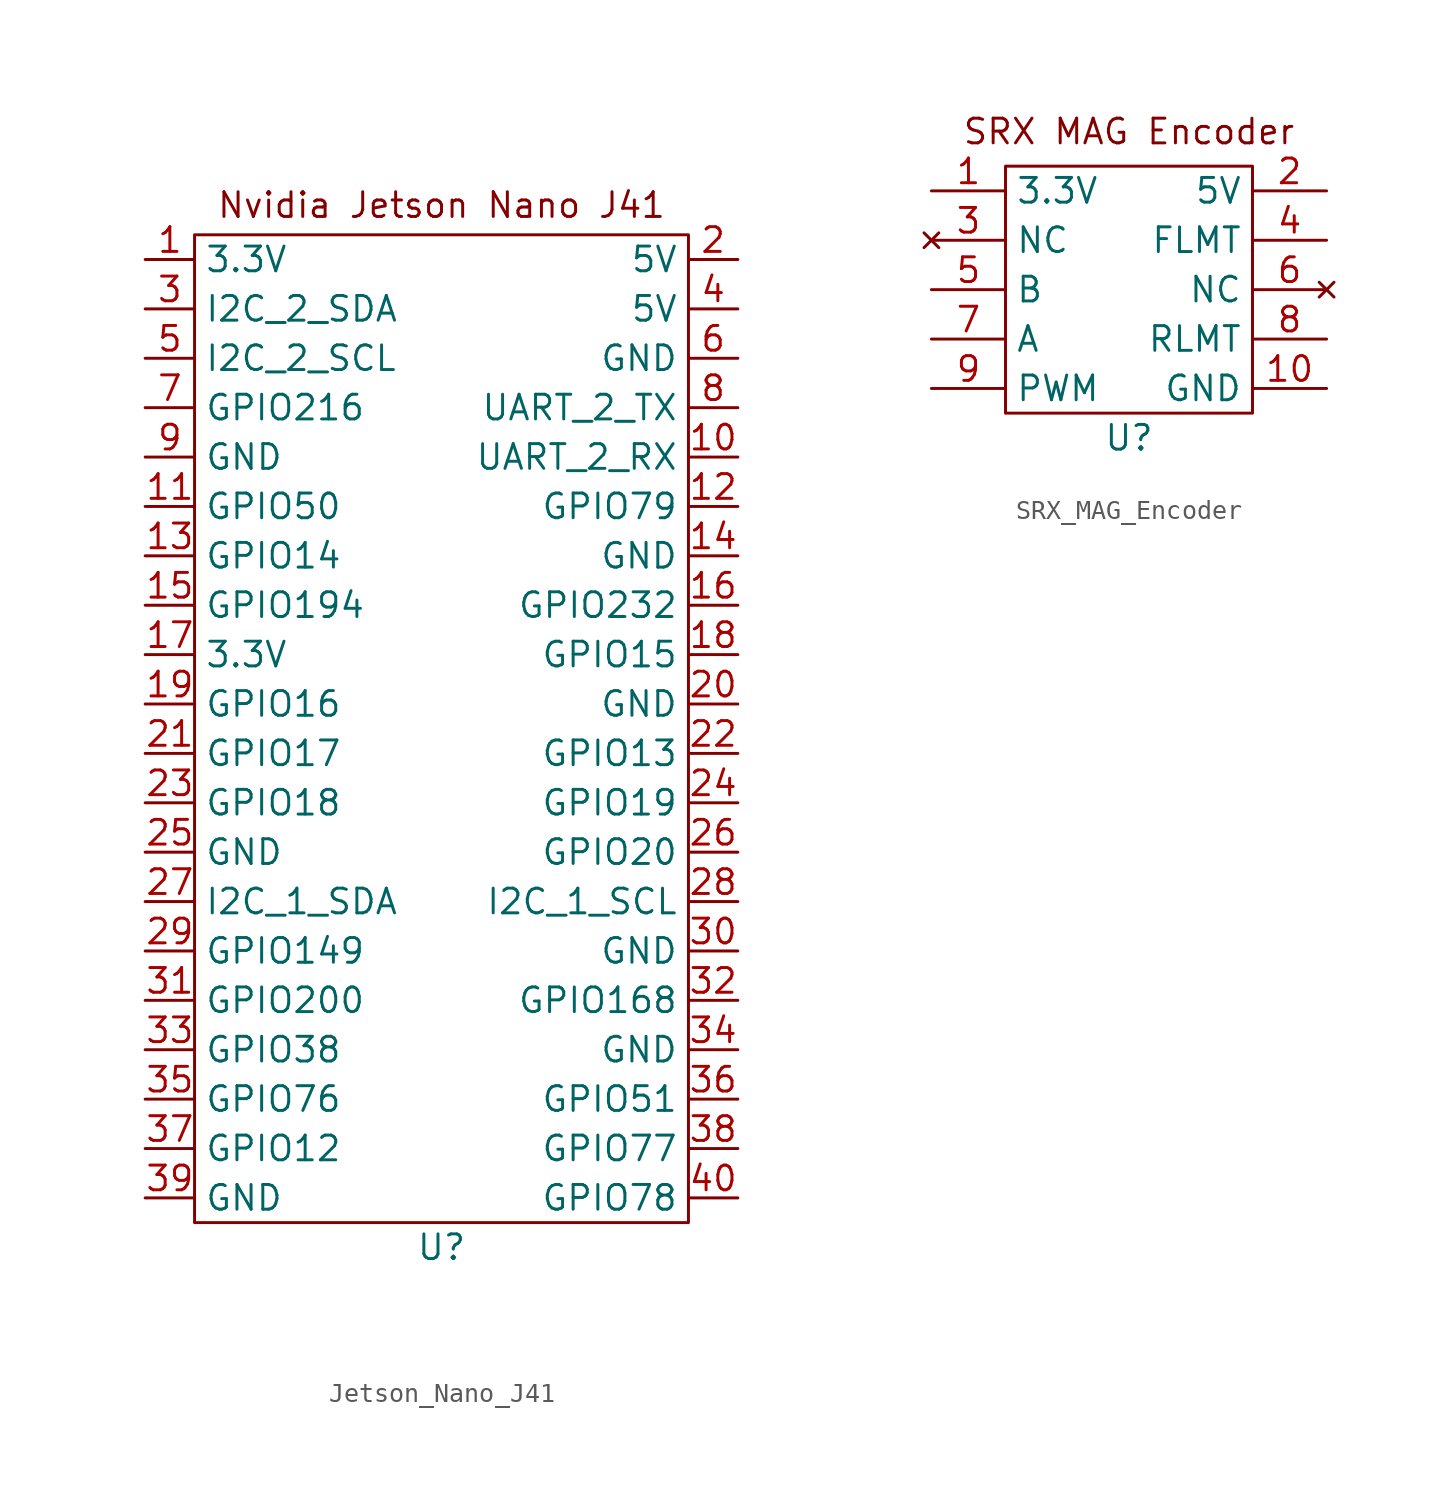
<source format=kicad_sym>
(kicad_symbol_lib
  (version 20241209)
  (generator "kicad_symbol_editor")
  (generator_version "9.0")
  (symbol "Jetson_Nano_J41"
    (property "Reference" "U"
      (at 0 0 0)
      (effects (font (size 1.27 1.27))))
    (property "Value" ""
      (at 0 0 0)
      (effects (font (size 1.27 1.27))))
    (symbol "Jetson_Nano_J41_0_1"
      (rectangle (start -12.7 52.07) (end 12.7 1.27) (stroke (width 0) (type default)) (fill (type none))))
    (symbol "Jetson_Nano_J41_1_1"
      (text "Nvidia Jetson Nano J41\n" (at 0 53.594 0) (effects (font (size 1.27 1.27))))
      (pin input line (at -15.24 50.8 0) (length 2.54) (name "3.3V" (effects (font (size 1.27 1.27)))) (number "1" (effects (font (size 1.27 1.27)))))
      (pin input line (at -15.24 48.26 0) (length 2.54) (name "I2C_2_SDA" (effects (font (size 1.27 1.27)))) (number "3" (effects (font (size 1.27 1.27)))))
      (pin input line (at -15.24 45.72 0) (length 2.54) (name "I2C_2_SCL" (effects (font (size 1.27 1.27)))) (number "5" (effects (font (size 1.27 1.27)))))
      (pin input line (at -15.24 43.18 0) (length 2.54) (name "GPIO216" (effects (font (size 1.27 1.27)))) (number "7" (effects (font (size 1.27 1.27)))))
      (pin input line (at -15.24 40.64 0) (length 2.54) (name "GND" (effects (font (size 1.27 1.27)))) (number "9" (effects (font (size 1.27 1.27)))))
      (pin input line (at -15.24 38.1 0) (length 2.54) (name "GPIO50" (effects (font (size 1.27 1.27)))) (number "11" (effects (font (size 1.27 1.27)))))
      (pin input line (at -15.24 35.56 0) (length 2.54) (name "GPIO14" (effects (font (size 1.27 1.27)))) (number "13" (effects (font (size 1.27 1.27)))))
      (pin input line (at -15.24 33.02 0) (length 2.54) (name "GPIO194" (effects (font (size 1.27 1.27)))) (number "15" (effects (font (size 1.27 1.27)))))
      (pin input line (at -15.24 30.48 0) (length 2.54) (name "3.3V" (effects (font (size 1.27 1.27)))) (number "17" (effects (font (size 1.27 1.27)))))
      (pin input line (at -15.24 27.94 0) (length 2.54) (name "GPIO16" (effects (font (size 1.27 1.27)))) (number "19" (effects (font (size 1.27 1.27)))))
      (pin input line (at -15.24 25.4 0) (length 2.54) (name "GPIO17" (effects (font (size 1.27 1.27)))) (number "21" (effects (font (size 1.27 1.27)))))
      (pin input line (at -15.24 22.86 0) (length 2.54) (name "GPIO18" (effects (font (size 1.27 1.27)))) (number "23" (effects (font (size 1.27 1.27)))))
      (pin input line (at -15.24 20.32 0) (length 2.54) (name "GND" (effects (font (size 1.27 1.27)))) (number "25" (effects (font (size 1.27 1.27)))))
      (pin input line (at -15.24 17.78 0) (length 2.54) (name "I2C_1_SDA" (effects (font (size 1.27 1.27)))) (number "27" (effects (font (size 1.27 1.27)))))
      (pin input line (at -15.24 15.24 0) (length 2.54) (name "GPIO149" (effects (font (size 1.27 1.27)))) (number "29" (effects (font (size 1.27 1.27)))))
      (pin input line (at -15.24 12.7 0) (length 2.54) (name "GPIO200" (effects (font (size 1.27 1.27)))) (number "31" (effects (font (size 1.27 1.27)))))
      (pin input line (at -15.24 10.16 0) (length 2.54) (name "GPIO38" (effects (font (size 1.27 1.27)))) (number "33" (effects (font (size 1.27 1.27)))))
      (pin input line (at -15.24 7.62 0) (length 2.54) (name "GPIO76" (effects (font (size 1.27 1.27)))) (number "35" (effects (font (size 1.27 1.27)))))
      (pin input line (at -15.24 5.08 0) (length 2.54) (name "GPIO12" (effects (font (size 1.27 1.27)))) (number "37" (effects (font (size 1.27 1.27)))))
      (pin input line (at -15.24 2.54 0) (length 2.54) (name "GND" (effects (font (size 1.27 1.27)))) (number "39" (effects (font (size 1.27 1.27)))))
      (pin input line (at 15.24 50.8 180) (length 2.54) (name "5V" (effects (font (size 1.27 1.27)))) (number "2" (effects (font (size 1.27 1.27)))))
      (pin input line (at 15.24 48.26 180) (length 2.54) (name "5V" (effects (font (size 1.27 1.27)))) (number "4" (effects (font (size 1.27 1.27)))))
      (pin input line (at 15.24 45.72 180) (length 2.54) (name "GND" (effects (font (size 1.27 1.27)))) (number "6" (effects (font (size 1.27 1.27)))))
      (pin input line (at 15.24 43.18 180) (length 2.54) (name "UART_2_TX" (effects (font (size 1.27 1.27)))) (number "8" (effects (font (size 1.27 1.27)))))
      (pin input line (at 15.24 40.64 180) (length 2.54) (name "UART_2_RX" (effects (font (size 1.27 1.27)))) (number "10" (effects (font (size 1.27 1.27)))))
      (pin input line (at 15.24 38.1 180) (length 2.54) (name "GPIO79" (effects (font (size 1.27 1.27)))) (number "12" (effects (font (size 1.27 1.27)))))
      (pin input line (at 15.24 35.56 180) (length 2.54) (name "GND" (effects (font (size 1.27 1.27)))) (number "14" (effects (font (size 1.27 1.27)))))
      (pin input line (at 15.24 33.02 180) (length 2.54) (name "GPIO232" (effects (font (size 1.27 1.27)))) (number "16" (effects (font (size 1.27 1.27)))))
      (pin input line (at 15.24 30.48 180) (length 2.54) (name "GPIO15" (effects (font (size 1.27 1.27)))) (number "18" (effects (font (size 1.27 1.27)))))
      (pin input line (at 15.24 27.94 180) (length 2.54) (name "GND" (effects (font (size 1.27 1.27)))) (number "20" (effects (font (size 1.27 1.27)))))
      (pin input line (at 15.24 25.4 180) (length 2.54) (name "GPIO13" (effects (font (size 1.27 1.27)))) (number "22" (effects (font (size 1.27 1.27)))))
      (pin input line (at 15.24 22.86 180) (length 2.54) (name "GPIO19" (effects (font (size 1.27 1.27)))) (number "24" (effects (font (size 1.27 1.27)))))
      (pin input line (at 15.24 20.32 180) (length 2.54) (name "GPIO20" (effects (font (size 1.27 1.27)))) (number "26" (effects (font (size 1.27 1.27)))))
      (pin input line (at 15.24 17.78 180) (length 2.54) (name "I2C_1_SCL" (effects (font (size 1.27 1.27)))) (number "28" (effects (font (size 1.27 1.27)))))
      (pin input line (at 15.24 15.24 180) (length 2.54) (name "GND" (effects (font (size 1.27 1.27)))) (number "30" (effects (font (size 1.27 1.27)))))
      (pin input line (at 15.24 12.7 180) (length 2.54) (name "GPIO168" (effects (font (size 1.27 1.27)))) (number "32" (effects (font (size 1.27 1.27)))))
      (pin input line (at 15.24 10.16 180) (length 2.54) (name "GND" (effects (font (size 1.27 1.27)))) (number "34" (effects (font (size 1.27 1.27)))))
      (pin input line (at 15.24 7.62 180) (length 2.54) (name "GPIO51" (effects (font (size 1.27 1.27)))) (number "36" (effects (font (size 1.27 1.27)))))
      (pin input line (at 15.24 5.08 180) (length 2.54) (name "GPIO77" (effects (font (size 1.27 1.27)))) (number "38" (effects (font (size 1.27 1.27)))))
      (pin input line (at 15.24 2.54 180) (length 2.54) (name "GPIO78" (effects (font (size 1.27 1.27)))) (number "40" (effects (font (size 1.27 1.27)))))))
  (symbol "SRX_MAG_Encoder"
    (property "Reference" "U"
      (at 0 0 0)
      (effects (font (size 1.27 1.27))))
    (property "Value" ""
      (at 0 0 0)
      (effects (font (size 1.27 1.27))))
    (symbol "SRX_MAG_Encoder_0_1"
      (rectangle (start -6.35 13.97) (end 6.35 1.27) (stroke (width 0) (type default)) (fill (type none))))
    (symbol "SRX_MAG_Encoder_1_1"
      (text "SRX MAG Encoder\n" (at 0 15.748 0) (effects (font (size 1.27 1.27))))
      (pin power_in line (at -10.16 12.7 0) (length 3.81) (name "3.3V" (effects (font (size 1.27 1.27)))) (number "1" (effects (font (size 1.27 1.27)))))
      (pin no_connect line (at -10.16 10.16 0) (length 3.81) (name "NC" (effects (font (size 1.27 1.27)))) (number "3" (effects (font (size 1.27 1.27)))))
      (pin output line (at -10.16 7.62 0) (length 3.81) (name "B" (effects (font (size 1.27 1.27)))) (number "5" (effects (font (size 1.27 1.27)))))
      (pin output line (at -10.16 5.08 0) (length 3.81) (name "A" (effects (font (size 1.27 1.27)))) (number "7" (effects (font (size 1.27 1.27)))))
      (pin output line (at -10.16 2.54 0) (length 3.81) (name "PWM" (effects (font (size 1.27 1.27)))) (number "9" (effects (font (size 1.27 1.27)))))
      (pin power_in line (at 10.16 12.7 180) (length 3.81) (name "5V" (effects (font (size 1.27 1.27)))) (number "2" (effects (font (size 1.27 1.27)))))
      (pin bidirectional line (at 10.16 10.16 180) (length 3.81) (name "FLMT" (effects (font (size 1.27 1.27)))) (number "4" (effects (font (size 1.27 1.27)))))
      (pin no_connect line (at 10.16 7.62 180) (length 3.81) (name "NC" (effects (font (size 1.27 1.27)))) (number "6" (effects (font (size 1.27 1.27)))))
      (pin bidirectional line (at 10.16 5.08 180) (length 3.81) (name "RLMT" (effects (font (size 1.27 1.27)))) (number "8" (effects (font (size 1.27 1.27)))))
      (pin power_in line (at 10.16 2.54 180) (length 3.81) (name "GND" (effects (font (size 1.27 1.27)))) (number "10" (effects (font (size 1.27 1.27))))))))
</source>
